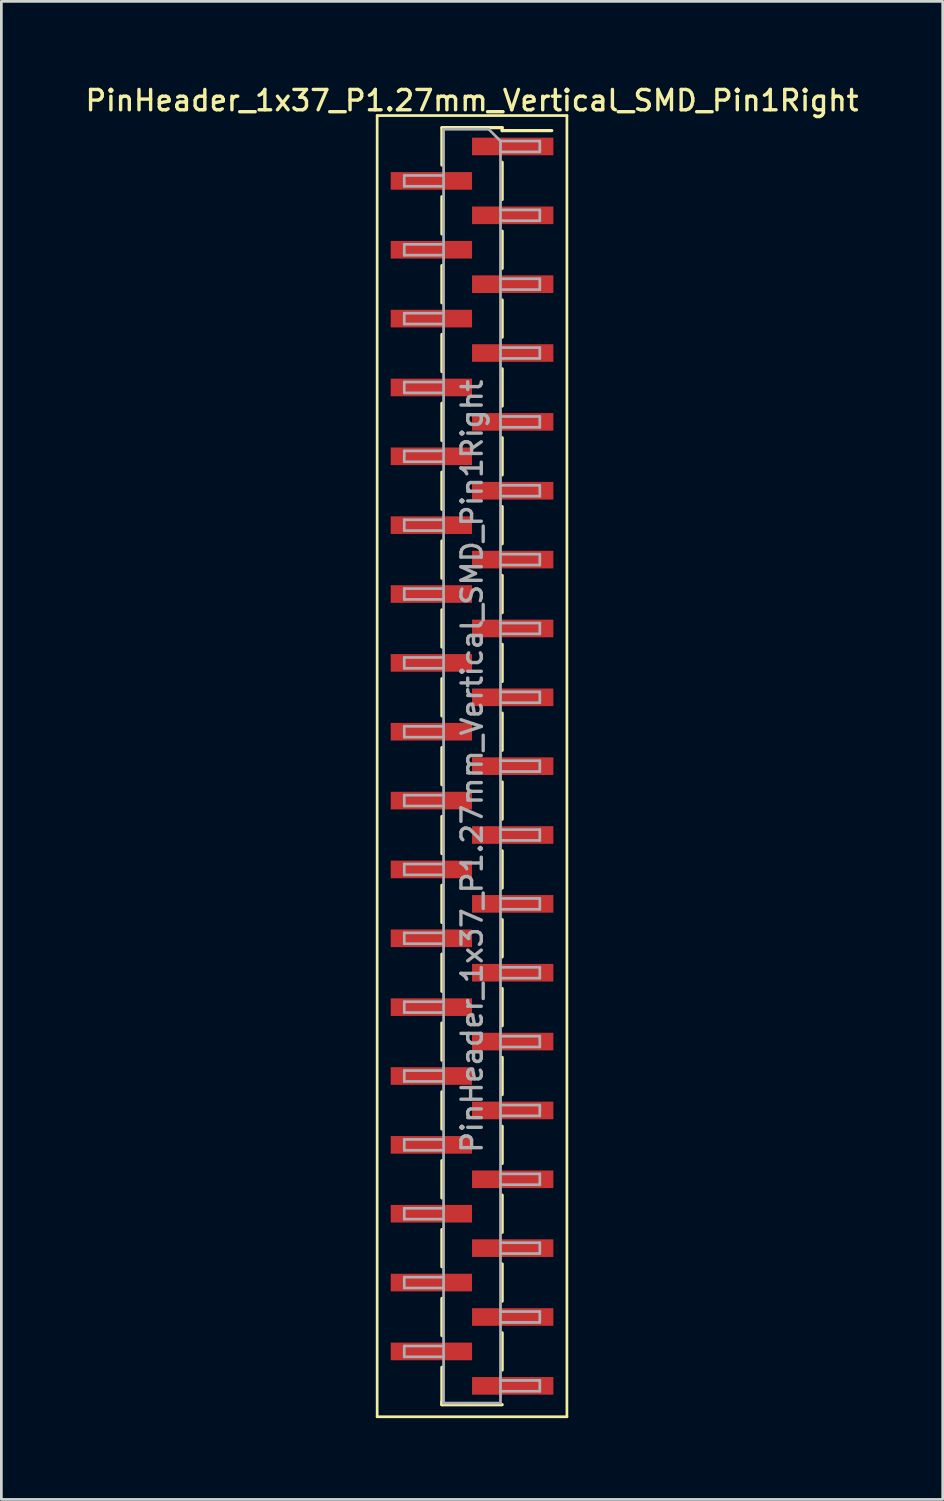
<source format=kicad_pcb>
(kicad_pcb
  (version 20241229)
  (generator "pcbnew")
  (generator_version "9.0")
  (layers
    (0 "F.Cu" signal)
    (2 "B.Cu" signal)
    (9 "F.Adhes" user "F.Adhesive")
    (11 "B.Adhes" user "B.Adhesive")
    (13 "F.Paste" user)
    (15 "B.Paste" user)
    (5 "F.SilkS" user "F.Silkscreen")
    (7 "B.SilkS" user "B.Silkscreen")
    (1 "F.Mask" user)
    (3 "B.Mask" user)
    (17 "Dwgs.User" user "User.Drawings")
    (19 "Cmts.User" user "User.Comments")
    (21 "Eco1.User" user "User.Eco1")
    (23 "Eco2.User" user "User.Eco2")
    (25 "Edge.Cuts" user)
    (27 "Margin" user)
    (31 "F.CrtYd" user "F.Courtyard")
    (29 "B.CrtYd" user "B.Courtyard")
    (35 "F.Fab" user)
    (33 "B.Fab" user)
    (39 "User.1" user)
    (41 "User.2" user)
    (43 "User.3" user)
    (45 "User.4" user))
  (footprint "PinHeader_1x37_P1.27mm_Vertical_SMD_Pin1Right"
    (layer "F.Cu")
    (at 14.363 25.213)
    (property "Reference" "PinHeader_1x37_P1.27mm_Vertical_SMD_Pin1Right" (at 0 -24.555 0) (layer "F.SilkS") (effects (font (size 0.75 0.75) (thickness 0.125))))
    (attr smd)
    (fp_line (start -3.5 -24) (end -3.5 24) (stroke (width 0.1) (type solid)) (layer "F.SilkS"))
    (fp_line (start -3.5 24) (end 3.5 24) (stroke (width 0.1) (type solid)) (layer "F.SilkS"))
    (fp_line (start -1.11 -23.555) (end 1.11 -23.555) (stroke (width 0.12) (type solid)) (layer "F.SilkS"))
    (fp_line (start -1.11 -23.545) (end -1.11 -22.175) (stroke (width 0.12) (type solid)) (layer "F.SilkS"))
    (fp_line (start -1.11 -21.005) (end -1.11 -19.635) (stroke (width 0.12) (type solid)) (layer "F.SilkS"))
    (fp_line (start -1.11 -18.465) (end -1.11 -17.095) (stroke (width 0.12) (type solid)) (layer "F.SilkS"))
    (fp_line (start -1.11 -15.925) (end -1.11 -14.555) (stroke (width 0.12) (type solid)) (layer "F.SilkS"))
    (fp_line (start -1.11 -13.385) (end -1.11 -12.015) (stroke (width 0.12) (type solid)) (layer "F.SilkS"))
    (fp_line (start -1.11 -10.845) (end -1.11 -9.475) (stroke (width 0.12) (type solid)) (layer "F.SilkS"))
    (fp_line (start -1.11 -8.305) (end -1.11 -6.935) (stroke (width 0.12) (type solid)) (layer "F.SilkS"))
    (fp_line (start -1.11 -5.765) (end -1.11 -4.395) (stroke (width 0.12) (type solid)) (layer "F.SilkS"))
    (fp_line (start -1.11 -3.225) (end -1.11 -1.855) (stroke (width 0.12) (type solid)) (layer "F.SilkS"))
    (fp_line (start -1.11 -0.685) (end -1.11 0.685) (stroke (width 0.12) (type solid)) (layer "F.SilkS"))
    (fp_line (start -1.11 1.855) (end -1.11 3.225) (stroke (width 0.12) (type solid)) (layer "F.SilkS"))
    (fp_line (start -1.11 4.395) (end -1.11 5.765) (stroke (width 0.12) (type solid)) (layer "F.SilkS"))
    (fp_line (start -1.11 6.935) (end -1.11 8.305) (stroke (width 0.12) (type solid)) (layer "F.SilkS"))
    (fp_line (start -1.11 9.475) (end -1.11 10.845) (stroke (width 0.12) (type solid)) (layer "F.SilkS"))
    (fp_line (start -1.11 12.015) (end -1.11 13.385) (stroke (width 0.12) (type solid)) (layer "F.SilkS"))
    (fp_line (start -1.11 14.555) (end -1.11 15.925) (stroke (width 0.12) (type solid)) (layer "F.SilkS"))
    (fp_line (start -1.11 17.095) (end -1.11 18.465) (stroke (width 0.12) (type solid)) (layer "F.SilkS"))
    (fp_line (start -1.11 19.635) (end -1.11 21.005) (stroke (width 0.12) (type solid)) (layer "F.SilkS"))
    (fp_line (start -1.11 22.175) (end -1.11 23.545) (stroke (width 0.12) (type solid)) (layer "F.SilkS"))
    (fp_line (start -1.11 23.445) (end -1.11 23.555) (stroke (width 0.12) (type solid)) (layer "F.SilkS"))
    (fp_line (start -1.11 23.555) (end 1.11 23.555) (stroke (width 0.12) (type solid)) (layer "F.SilkS"))
    (fp_line (start 1.11 -23.555) (end 1.11 -23.445) (stroke (width 0.12) (type solid)) (layer "F.SilkS"))
    (fp_line (start 1.11 -23.445) (end 2.94 -23.445) (stroke (width 0.12) (type solid)) (layer "F.SilkS"))
    (fp_line (start 1.11 -22.275) (end 1.11 -20.905) (stroke (width 0.12) (type solid)) (layer "F.SilkS"))
    (fp_line (start 1.11 -19.735) (end 1.11 -18.365) (stroke (width 0.12) (type solid)) (layer "F.SilkS"))
    (fp_line (start 1.11 -17.195) (end 1.11 -15.825) (stroke (width 0.12) (type solid)) (layer "F.SilkS"))
    (fp_line (start 1.11 -14.655) (end 1.11 -13.285) (stroke (width 0.12) (type solid)) (layer "F.SilkS"))
    (fp_line (start 1.11 -12.115) (end 1.11 -10.745) (stroke (width 0.12) (type solid)) (layer "F.SilkS"))
    (fp_line (start 1.11 -9.575) (end 1.11 -8.205) (stroke (width 0.12) (type solid)) (layer "F.SilkS"))
    (fp_line (start 1.11 -7.035) (end 1.11 -5.665) (stroke (width 0.12) (type solid)) (layer "F.SilkS"))
    (fp_line (start 1.11 -4.495) (end 1.11 -3.125) (stroke (width 0.12) (type solid)) (layer "F.SilkS"))
    (fp_line (start 1.11 -1.955) (end 1.11 -0.585) (stroke (width 0.12) (type solid)) (layer "F.SilkS"))
    (fp_line (start 1.11 0.585) (end 1.11 1.955) (stroke (width 0.12) (type solid)) (layer "F.SilkS"))
    (fp_line (start 1.11 3.125) (end 1.11 4.495) (stroke (width 0.12) (type solid)) (layer "F.SilkS"))
    (fp_line (start 1.11 5.665) (end 1.11 7.035) (stroke (width 0.12) (type solid)) (layer "F.SilkS"))
    (fp_line (start 1.11 8.205) (end 1.11 9.575) (stroke (width 0.12) (type solid)) (layer "F.SilkS"))
    (fp_line (start 1.11 10.745) (end 1.11 12.115) (stroke (width 0.12) (type solid)) (layer "F.SilkS"))
    (fp_line (start 1.11 13.285) (end 1.11 14.655) (stroke (width 0.12) (type solid)) (layer "F.SilkS"))
    (fp_line (start 1.11 15.825) (end 1.11 17.195) (stroke (width 0.12) (type solid)) (layer "F.SilkS"))
    (fp_line (start 1.11 18.365) (end 1.11 19.735) (stroke (width 0.12) (type solid)) (layer "F.SilkS"))
    (fp_line (start 1.11 20.905) (end 1.11 22.275) (stroke (width 0.12) (type solid)) (layer "F.SilkS"))
    (fp_line (start 3.5 -24) (end -3.5 -24) (stroke (width 0.1) (type solid)) (layer "F.SilkS"))
    (fp_line (start 3.5 24) (end 3.5 -24) (stroke (width 0.1) (type solid)) (layer "F.SilkS"))
    (fp_line (start -2.5 -21.79) (end -2.5 -21.39) (stroke (width 0.1) (type solid)) (layer "F.Fab"))
    (fp_line (start -2.5 -21.39) (end -1.05 -21.39) (stroke (width 0.1) (type solid)) (layer "F.Fab"))
    (fp_line (start -2.5 -19.25) (end -2.5 -18.85) (stroke (width 0.1) (type solid)) (layer "F.Fab"))
    (fp_line (start -2.5 -18.85) (end -1.05 -18.85) (stroke (width 0.1) (type solid)) (layer "F.Fab"))
    (fp_line (start -2.5 -16.71) (end -2.5 -16.31) (stroke (width 0.1) (type solid)) (layer "F.Fab"))
    (fp_line (start -2.5 -16.31) (end -1.05 -16.31) (stroke (width 0.1) (type solid)) (layer "F.Fab"))
    (fp_line (start -2.5 -14.17) (end -2.5 -13.77) (stroke (width 0.1) (type solid)) (layer "F.Fab"))
    (fp_line (start -2.5 -13.77) (end -1.05 -13.77) (stroke (width 0.1) (type solid)) (layer "F.Fab"))
    (fp_line (start -2.5 -11.63) (end -2.5 -11.23) (stroke (width 0.1) (type solid)) (layer "F.Fab"))
    (fp_line (start -2.5 -11.23) (end -1.05 -11.23) (stroke (width 0.1) (type solid)) (layer "F.Fab"))
    (fp_line (start -2.5 -9.09) (end -2.5 -8.69) (stroke (width 0.1) (type solid)) (layer "F.Fab"))
    (fp_line (start -2.5 -8.69) (end -1.05 -8.69) (stroke (width 0.1) (type solid)) (layer "F.Fab"))
    (fp_line (start -2.5 -6.55) (end -2.5 -6.15) (stroke (width 0.1) (type solid)) (layer "F.Fab"))
    (fp_line (start -2.5 -6.15) (end -1.05 -6.15) (stroke (width 0.1) (type solid)) (layer "F.Fab"))
    (fp_line (start -2.5 -4.01) (end -2.5 -3.61) (stroke (width 0.1) (type solid)) (layer "F.Fab"))
    (fp_line (start -2.5 -3.61) (end -1.05 -3.61) (stroke (width 0.1) (type solid)) (layer "F.Fab"))
    (fp_line (start -2.5 -1.47) (end -2.5 -1.07) (stroke (width 0.1) (type solid)) (layer "F.Fab"))
    (fp_line (start -2.5 -1.07) (end -1.05 -1.07) (stroke (width 0.1) (type solid)) (layer "F.Fab"))
    (fp_line (start -2.5 1.07) (end -2.5 1.47) (stroke (width 0.1) (type solid)) (layer "F.Fab"))
    (fp_line (start -2.5 1.47) (end -1.05 1.47) (stroke (width 0.1) (type solid)) (layer "F.Fab"))
    (fp_line (start -2.5 3.61) (end -2.5 4.01) (stroke (width 0.1) (type solid)) (layer "F.Fab"))
    (fp_line (start -2.5 4.01) (end -1.05 4.01) (stroke (width 0.1) (type solid)) (layer "F.Fab"))
    (fp_line (start -2.5 6.15) (end -2.5 6.55) (stroke (width 0.1) (type solid)) (layer "F.Fab"))
    (fp_line (start -2.5 6.55) (end -1.05 6.55) (stroke (width 0.1) (type solid)) (layer "F.Fab"))
    (fp_line (start -2.5 8.69) (end -2.5 9.09) (stroke (width 0.1) (type solid)) (layer "F.Fab"))
    (fp_line (start -2.5 9.09) (end -1.05 9.09) (stroke (width 0.1) (type solid)) (layer "F.Fab"))
    (fp_line (start -2.5 11.23) (end -2.5 11.63) (stroke (width 0.1) (type solid)) (layer "F.Fab"))
    (fp_line (start -2.5 11.63) (end -1.05 11.63) (stroke (width 0.1) (type solid)) (layer "F.Fab"))
    (fp_line (start -2.5 13.77) (end -2.5 14.17) (stroke (width 0.1) (type solid)) (layer "F.Fab"))
    (fp_line (start -2.5 14.17) (end -1.05 14.17) (stroke (width 0.1) (type solid)) (layer "F.Fab"))
    (fp_line (start -2.5 16.31) (end -2.5 16.71) (stroke (width 0.1) (type solid)) (layer "F.Fab"))
    (fp_line (start -2.5 16.71) (end -1.05 16.71) (stroke (width 0.1) (type solid)) (layer "F.Fab"))
    (fp_line (start -2.5 18.85) (end -2.5 19.25) (stroke (width 0.1) (type solid)) (layer "F.Fab"))
    (fp_line (start -2.5 19.25) (end -1.05 19.25) (stroke (width 0.1) (type solid)) (layer "F.Fab"))
    (fp_line (start -2.5 21.39) (end -2.5 21.79) (stroke (width 0.1) (type solid)) (layer "F.Fab"))
    (fp_line (start -2.5 21.79) (end -1.05 21.79) (stroke (width 0.1) (type solid)) (layer "F.Fab"))
    (fp_line (start -1.05 -23.495) (end -1.05 23.495) (stroke (width 0.1) (type solid)) (layer "F.Fab"))
    (fp_line (start -1.05 -23.495) (end 0.615 -23.495) (stroke (width 0.1) (type solid)) (layer "F.Fab"))
    (fp_line (start -1.05 -21.79) (end -2.5 -21.79) (stroke (width 0.1) (type solid)) (layer "F.Fab"))
    (fp_line (start -1.05 -19.25) (end -2.5 -19.25) (stroke (width 0.1) (type solid)) (layer "F.Fab"))
    (fp_line (start -1.05 -16.71) (end -2.5 -16.71) (stroke (width 0.1) (type solid)) (layer "F.Fab"))
    (fp_line (start -1.05 -14.17) (end -2.5 -14.17) (stroke (width 0.1) (type solid)) (layer "F.Fab"))
    (fp_line (start -1.05 -11.63) (end -2.5 -11.63) (stroke (width 0.1) (type solid)) (layer "F.Fab"))
    (fp_line (start -1.05 -9.09) (end -2.5 -9.09) (stroke (width 0.1) (type solid)) (layer "F.Fab"))
    (fp_line (start -1.05 -6.55) (end -2.5 -6.55) (stroke (width 0.1) (type solid)) (layer "F.Fab"))
    (fp_line (start -1.05 -4.01) (end -2.5 -4.01) (stroke (width 0.1) (type solid)) (layer "F.Fab"))
    (fp_line (start -1.05 -1.47) (end -2.5 -1.47) (stroke (width 0.1) (type solid)) (layer "F.Fab"))
    (fp_line (start -1.05 1.07) (end -2.5 1.07) (stroke (width 0.1) (type solid)) (layer "F.Fab"))
    (fp_line (start -1.05 3.61) (end -2.5 3.61) (stroke (width 0.1) (type solid)) (layer "F.Fab"))
    (fp_line (start -1.05 6.15) (end -2.5 6.15) (stroke (width 0.1) (type solid)) (layer "F.Fab"))
    (fp_line (start -1.05 8.69) (end -2.5 8.69) (stroke (width 0.1) (type solid)) (layer "F.Fab"))
    (fp_line (start -1.05 11.23) (end -2.5 11.23) (stroke (width 0.1) (type solid)) (layer "F.Fab"))
    (fp_line (start -1.05 13.77) (end -2.5 13.77) (stroke (width 0.1) (type solid)) (layer "F.Fab"))
    (fp_line (start -1.05 16.31) (end -2.5 16.31) (stroke (width 0.1) (type solid)) (layer "F.Fab"))
    (fp_line (start -1.05 18.85) (end -2.5 18.85) (stroke (width 0.1) (type solid)) (layer "F.Fab"))
    (fp_line (start -1.05 21.39) (end -2.5 21.39) (stroke (width 0.1) (type solid)) (layer "F.Fab"))
    (fp_line (start 1.05 -23.06) (end 0.615 -23.495) (stroke (width 0.1) (type solid)) (layer "F.Fab"))
    (fp_line (start 1.05 -23.06) (end 2.5 -23.06) (stroke (width 0.1) (type solid)) (layer "F.Fab"))
    (fp_line (start 1.05 -20.52) (end 2.5 -20.52) (stroke (width 0.1) (type solid)) (layer "F.Fab"))
    (fp_line (start 1.05 -17.98) (end 2.5 -17.98) (stroke (width 0.1) (type solid)) (layer "F.Fab"))
    (fp_line (start 1.05 -15.44) (end 2.5 -15.44) (stroke (width 0.1) (type solid)) (layer "F.Fab"))
    (fp_line (start 1.05 -12.9) (end 2.5 -12.9) (stroke (width 0.1) (type solid)) (layer "F.Fab"))
    (fp_line (start 1.05 -10.36) (end 2.5 -10.36) (stroke (width 0.1) (type solid)) (layer "F.Fab"))
    (fp_line (start 1.05 -7.82) (end 2.5 -7.82) (stroke (width 0.1) (type solid)) (layer "F.Fab"))
    (fp_line (start 1.05 -5.28) (end 2.5 -5.28) (stroke (width 0.1) (type solid)) (layer "F.Fab"))
    (fp_line (start 1.05 -2.74) (end 2.5 -2.74) (stroke (width 0.1) (type solid)) (layer "F.Fab"))
    (fp_line (start 1.05 -0.2) (end 2.5 -0.2) (stroke (width 0.1) (type solid)) (layer "F.Fab"))
    (fp_line (start 1.05 2.34) (end 2.5 2.34) (stroke (width 0.1) (type solid)) (layer "F.Fab"))
    (fp_line (start 1.05 4.88) (end 2.5 4.88) (stroke (width 0.1) (type solid)) (layer "F.Fab"))
    (fp_line (start 1.05 7.42) (end 2.5 7.42) (stroke (width 0.1) (type solid)) (layer "F.Fab"))
    (fp_line (start 1.05 9.96) (end 2.5 9.96) (stroke (width 0.1) (type solid)) (layer "F.Fab"))
    (fp_line (start 1.05 12.5) (end 2.5 12.5) (stroke (width 0.1) (type solid)) (layer "F.Fab"))
    (fp_line (start 1.05 15.04) (end 2.5 15.04) (stroke (width 0.1) (type solid)) (layer "F.Fab"))
    (fp_line (start 1.05 17.58) (end 2.5 17.58) (stroke (width 0.1) (type solid)) (layer "F.Fab"))
    (fp_line (start 1.05 20.12) (end 2.5 20.12) (stroke (width 0.1) (type solid)) (layer "F.Fab"))
    (fp_line (start 1.05 22.66) (end 2.5 22.66) (stroke (width 0.1) (type solid)) (layer "F.Fab"))
    (fp_line (start 1.05 23.495) (end -1.05 23.495) (stroke (width 0.1) (type solid)) (layer "F.Fab"))
    (fp_line (start 1.05 23.495) (end 1.05 -23.06) (stroke (width 0.1) (type solid)) (layer "F.Fab"))
    (fp_line (start 2.5 -23.06) (end 2.5 -22.66) (stroke (width 0.1) (type solid)) (layer "F.Fab"))
    (fp_line (start 2.5 -22.66) (end 1.05 -22.66) (stroke (width 0.1) (type solid)) (layer "F.Fab"))
    (fp_line (start 2.5 -20.52) (end 2.5 -20.12) (stroke (width 0.1) (type solid)) (layer "F.Fab"))
    (fp_line (start 2.5 -20.12) (end 1.05 -20.12) (stroke (width 0.1) (type solid)) (layer "F.Fab"))
    (fp_line (start 2.5 -17.98) (end 2.5 -17.58) (stroke (width 0.1) (type solid)) (layer "F.Fab"))
    (fp_line (start 2.5 -17.58) (end 1.05 -17.58) (stroke (width 0.1) (type solid)) (layer "F.Fab"))
    (fp_line (start 2.5 -15.44) (end 2.5 -15.04) (stroke (width 0.1) (type solid)) (layer "F.Fab"))
    (fp_line (start 2.5 -15.04) (end 1.05 -15.04) (stroke (width 0.1) (type solid)) (layer "F.Fab"))
    (fp_line (start 2.5 -12.9) (end 2.5 -12.5) (stroke (width 0.1) (type solid)) (layer "F.Fab"))
    (fp_line (start 2.5 -12.5) (end 1.05 -12.5) (stroke (width 0.1) (type solid)) (layer "F.Fab"))
    (fp_line (start 2.5 -10.36) (end 2.5 -9.96) (stroke (width 0.1) (type solid)) (layer "F.Fab"))
    (fp_line (start 2.5 -9.96) (end 1.05 -9.96) (stroke (width 0.1) (type solid)) (layer "F.Fab"))
    (fp_line (start 2.5 -7.82) (end 2.5 -7.42) (stroke (width 0.1) (type solid)) (layer "F.Fab"))
    (fp_line (start 2.5 -7.42) (end 1.05 -7.42) (stroke (width 0.1) (type solid)) (layer "F.Fab"))
    (fp_line (start 2.5 -5.28) (end 2.5 -4.88) (stroke (width 0.1) (type solid)) (layer "F.Fab"))
    (fp_line (start 2.5 -4.88) (end 1.05 -4.88) (stroke (width 0.1) (type solid)) (layer "F.Fab"))
    (fp_line (start 2.5 -2.74) (end 2.5 -2.34) (stroke (width 0.1) (type solid)) (layer "F.Fab"))
    (fp_line (start 2.5 -2.34) (end 1.05 -2.34) (stroke (width 0.1) (type solid)) (layer "F.Fab"))
    (fp_line (start 2.5 -0.2) (end 2.5 0.2) (stroke (width 0.1) (type solid)) (layer "F.Fab"))
    (fp_line (start 2.5 0.2) (end 1.05 0.2) (stroke (width 0.1) (type solid)) (layer "F.Fab"))
    (fp_line (start 2.5 2.34) (end 2.5 2.74) (stroke (width 0.1) (type solid)) (layer "F.Fab"))
    (fp_line (start 2.5 2.74) (end 1.05 2.74) (stroke (width 0.1) (type solid)) (layer "F.Fab"))
    (fp_line (start 2.5 4.88) (end 2.5 5.28) (stroke (width 0.1) (type solid)) (layer "F.Fab"))
    (fp_line (start 2.5 5.28) (end 1.05 5.28) (stroke (width 0.1) (type solid)) (layer "F.Fab"))
    (fp_line (start 2.5 7.42) (end 2.5 7.82) (stroke (width 0.1) (type solid)) (layer "F.Fab"))
    (fp_line (start 2.5 7.82) (end 1.05 7.82) (stroke (width 0.1) (type solid)) (layer "F.Fab"))
    (fp_line (start 2.5 9.96) (end 2.5 10.36) (stroke (width 0.1) (type solid)) (layer "F.Fab"))
    (fp_line (start 2.5 10.36) (end 1.05 10.36) (stroke (width 0.1) (type solid)) (layer "F.Fab"))
    (fp_line (start 2.5 12.5) (end 2.5 12.9) (stroke (width 0.1) (type solid)) (layer "F.Fab"))
    (fp_line (start 2.5 12.9) (end 1.05 12.9) (stroke (width 0.1) (type solid)) (layer "F.Fab"))
    (fp_line (start 2.5 15.04) (end 2.5 15.44) (stroke (width 0.1) (type solid)) (layer "F.Fab"))
    (fp_line (start 2.5 15.44) (end 1.05 15.44) (stroke (width 0.1) (type solid)) (layer "F.Fab"))
    (fp_line (start 2.5 17.58) (end 2.5 17.98) (stroke (width 0.1) (type solid)) (layer "F.Fab"))
    (fp_line (start 2.5 17.98) (end 1.05 17.98) (stroke (width 0.1) (type solid)) (layer "F.Fab"))
    (fp_line (start 2.5 20.12) (end 2.5 20.52) (stroke (width 0.1) (type solid)) (layer "F.Fab"))
    (fp_line (start 2.5 20.52) (end 1.05 20.52) (stroke (width 0.1) (type solid)) (layer "F.Fab"))
    (fp_line (start 2.5 22.66) (end 2.5 23.06) (stroke (width 0.1) (type solid)) (layer "F.Fab"))
    (fp_line (start 2.5 23.06) (end 1.05 23.06) (stroke (width 0.1) (type solid)) (layer "F.Fab"))
    (fp_text user "${REFERENCE}" (at 0 0 90) (layer "F.Fab") (effects (font (size 0.75 0.75) (thickness 0.125))))
    (pad "1" smd rect (at 1.5 -22.86) (size 3 0.65) (layers "F.Cu" "F.Mask" "F.Paste"))
    (pad "2" smd rect (at -1.5 -21.59) (size 3 0.65) (layers "F.Cu" "F.Mask" "F.Paste"))
    (pad "3" smd rect (at 1.5 -20.32) (size 3 0.65) (layers "F.Cu" "F.Mask" "F.Paste"))
    (pad "4" smd rect (at -1.5 -19.05) (size 3 0.65) (layers "F.Cu" "F.Mask" "F.Paste"))
    (pad "5" smd rect (at 1.5 -17.78) (size 3 0.65) (layers "F.Cu" "F.Mask" "F.Paste"))
    (pad "6" smd rect (at -1.5 -16.51) (size 3 0.65) (layers "F.Cu" "F.Mask" "F.Paste"))
    (pad "7" smd rect (at 1.5 -15.24) (size 3 0.65) (layers "F.Cu" "F.Mask" "F.Paste"))
    (pad "8" smd rect (at -1.5 -13.97) (size 3 0.65) (layers "F.Cu" "F.Mask" "F.Paste"))
    (pad "9" smd rect (at 1.5 -12.7) (size 3 0.65) (layers "F.Cu" "F.Mask" "F.Paste"))
    (pad "10" smd rect (at -1.5 -11.43) (size 3 0.65) (layers "F.Cu" "F.Mask" "F.Paste"))
    (pad "11" smd rect (at 1.5 -10.16) (size 3 0.65) (layers "F.Cu" "F.Mask" "F.Paste"))
    (pad "12" smd rect (at -1.5 -8.89) (size 3 0.65) (layers "F.Cu" "F.Mask" "F.Paste"))
    (pad "13" smd rect (at 1.5 -7.62) (size 3 0.65) (layers "F.Cu" "F.Mask" "F.Paste"))
    (pad "14" smd rect (at -1.5 -6.35) (size 3 0.65) (layers "F.Cu" "F.Mask" "F.Paste"))
    (pad "15" smd rect (at 1.5 -5.08) (size 3 0.65) (layers "F.Cu" "F.Mask" "F.Paste"))
    (pad "16" smd rect (at -1.5 -3.81) (size 3 0.65) (layers "F.Cu" "F.Mask" "F.Paste"))
    (pad "17" smd rect (at 1.5 -2.54) (size 3 0.65) (layers "F.Cu" "F.Mask" "F.Paste"))
    (pad "18" smd rect (at -1.5 -1.27) (size 3 0.65) (layers "F.Cu" "F.Mask" "F.Paste"))
    (pad "19" smd rect (at 1.5 0) (size 3 0.65) (layers "F.Cu" "F.Mask" "F.Paste"))
    (pad "20" smd rect (at -1.5 1.27) (size 3 0.65) (layers "F.Cu" "F.Mask" "F.Paste"))
    (pad "21" smd rect (at 1.5 2.54) (size 3 0.65) (layers "F.Cu" "F.Mask" "F.Paste"))
    (pad "22" smd rect (at -1.5 3.81) (size 3 0.65) (layers "F.Cu" "F.Mask" "F.Paste"))
    (pad "23" smd rect (at 1.5 5.08) (size 3 0.65) (layers "F.Cu" "F.Mask" "F.Paste"))
    (pad "24" smd rect (at -1.5 6.35) (size 3 0.65) (layers "F.Cu" "F.Mask" "F.Paste"))
    (pad "25" smd rect (at 1.5 7.62) (size 3 0.65) (layers "F.Cu" "F.Mask" "F.Paste"))
    (pad "26" smd rect (at -1.5 8.89) (size 3 0.65) (layers "F.Cu" "F.Mask" "F.Paste"))
    (pad "27" smd rect (at 1.5 10.16) (size 3 0.65) (layers "F.Cu" "F.Mask" "F.Paste"))
    (pad "28" smd rect (at -1.5 11.43) (size 3 0.65) (layers "F.Cu" "F.Mask" "F.Paste"))
    (pad "29" smd rect (at 1.5 12.7) (size 3 0.65) (layers "F.Cu" "F.Mask" "F.Paste"))
    (pad "30" smd rect (at -1.5 13.97) (size 3 0.65) (layers "F.Cu" "F.Mask" "F.Paste"))
    (pad "31" smd rect (at 1.5 15.24) (size 3 0.65) (layers "F.Cu" "F.Mask" "F.Paste"))
    (pad "32" smd rect (at -1.5 16.51) (size 3 0.65) (layers "F.Cu" "F.Mask" "F.Paste"))
    (pad "33" smd rect (at 1.5 17.78) (size 3 0.65) (layers "F.Cu" "F.Mask" "F.Paste"))
    (pad "34" smd rect (at -1.5 19.05) (size 3 0.65) (layers "F.Cu" "F.Mask" "F.Paste"))
    (pad "35" smd rect (at 1.5 20.32) (size 3 0.65) (layers "F.Cu" "F.Mask" "F.Paste"))
    (pad "36" smd rect (at -1.5 21.59) (size 3 0.65) (layers "F.Cu" "F.Mask" "F.Paste"))
    (pad "37" smd rect (at 1.5 22.86) (size 3 0.65) (layers "F.Cu" "F.Mask" "F.Paste")))
  (gr_rect
    (start -3 -3)
    (end 31.725 52.263)
    (stroke (width 0.1) (type default))
    (fill no)
    (layer "Edge.Cuts")))
</source>
